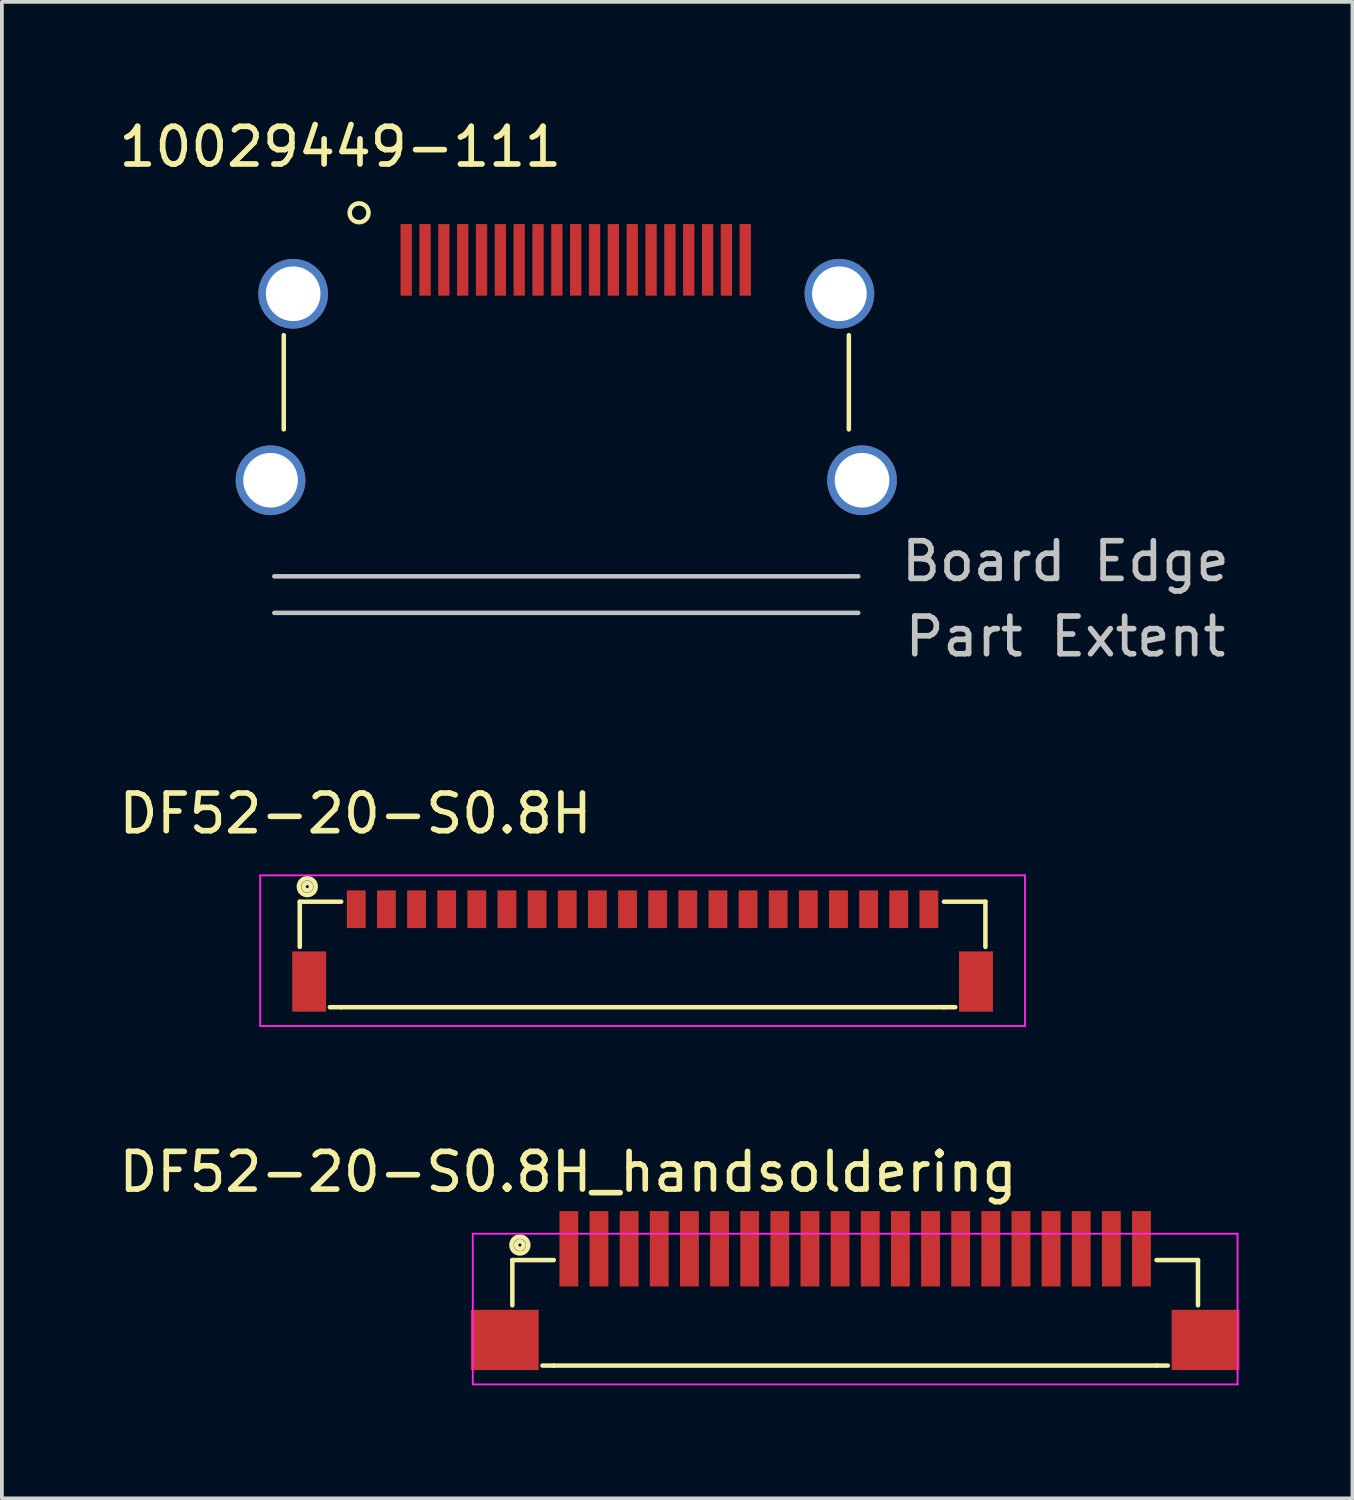
<source format=kicad_pcb>
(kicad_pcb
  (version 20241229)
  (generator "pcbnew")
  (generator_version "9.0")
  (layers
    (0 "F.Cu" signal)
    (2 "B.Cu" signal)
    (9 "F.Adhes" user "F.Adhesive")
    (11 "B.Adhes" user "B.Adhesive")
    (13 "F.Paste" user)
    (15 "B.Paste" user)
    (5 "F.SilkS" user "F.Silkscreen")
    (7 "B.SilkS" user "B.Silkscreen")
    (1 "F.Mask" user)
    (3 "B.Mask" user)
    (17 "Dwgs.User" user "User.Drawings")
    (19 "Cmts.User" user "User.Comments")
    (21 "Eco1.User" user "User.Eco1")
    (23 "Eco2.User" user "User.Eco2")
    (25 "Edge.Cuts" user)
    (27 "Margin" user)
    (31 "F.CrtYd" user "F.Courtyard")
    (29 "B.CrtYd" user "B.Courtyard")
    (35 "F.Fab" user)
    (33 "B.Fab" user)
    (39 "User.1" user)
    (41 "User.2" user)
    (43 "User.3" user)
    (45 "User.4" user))
  (footprint "DF52-20-S0.8H"
    (layer "F.Cu")
    (at 14.007 21.085)
    (property "Reference" "DF52-20-S0.8H" (at -7.62 -2.54 0) (layer "F.SilkS") (effects (font (size 1 1) (thickness 0.15))))
    (attr smd)
    (fp_line (start -9.1 -0.2) (end -9.1 1) (stroke (width 0.12) (type solid)) (layer "F.SilkS"))
    (fp_line (start -8.3 2.6) (end -8 2.6) (stroke (width 0.12) (type solid)) (layer "F.SilkS"))
    (fp_line (start -8 -0.2) (end -9.1 -0.2) (stroke (width 0.12) (type solid)) (layer "F.SilkS"))
    (fp_line (start -8 2.6) (end 8 2.6) (stroke (width 0.12) (type solid)) (layer "F.SilkS"))
    (fp_line (start 8 -0.2) (end 9.1 -0.2) (stroke (width 0.12) (type solid)) (layer "F.SilkS"))
    (fp_line (start 8.3 2.6) (end 8 2.6) (stroke (width 0.12) (type solid)) (layer "F.SilkS"))
    (fp_line (start 9.1 -0.2) (end 9.1 1) (stroke (width 0.12) (type solid)) (layer "F.SilkS"))
    (fp_circle (center -8.9 -0.6) (end -8.9 -0.5) (stroke (width 0.12) (type solid)) (fill no) (layer "F.SilkS"))
    (fp_circle (center -8.9 -0.6) (end -8.7 -0.5) (stroke (width 0.12) (type solid)) (fill no) (layer "F.SilkS"))
    (fp_line (start -10.15 -0.9) (end -10.15 3.1) (stroke (width 0.05) (type solid)) (layer "F.CrtYd"))
    (fp_line (start -10.15 -0.9) (end 10.15 -0.9) (stroke (width 0.05) (type solid)) (layer "F.CrtYd"))
    (fp_line (start -10.15 3.1) (end 10.15 3.1) (stroke (width 0.05) (type solid)) (layer "F.CrtYd"))
    (fp_line (start 10.15 -0.9) (end 10.15 3.1) (stroke (width 0.05) (type solid)) (layer "F.CrtYd"))
    (pad "0" smd rect (at -8.85 1.92) (size 0.9 1.6) (layers "F.Cu" "F.Mask" "F.Paste"))
    (pad "0" smd rect (at 8.85 1.92) (size 0.9 1.6) (layers "F.Cu" "F.Mask" "F.Paste"))
    (pad "1" smd rect (at -7.6 0) (size 0.5 1) (layers "F.Cu" "F.Mask" "F.Paste"))
    (pad "2" smd rect (at -6.8 0) (size 0.5 1) (layers "F.Cu" "F.Mask" "F.Paste"))
    (pad "3" smd rect (at -6 0) (size 0.5 1) (layers "F.Cu" "F.Mask" "F.Paste"))
    (pad "4" smd rect (at -5.2 0) (size 0.5 1) (layers "F.Cu" "F.Mask" "F.Paste"))
    (pad "5" smd rect (at -4.4 0) (size 0.5 1) (layers "F.Cu" "F.Mask" "F.Paste"))
    (pad "6" smd rect (at -3.6 0) (size 0.5 1) (layers "F.Cu" "F.Mask" "F.Paste"))
    (pad "7" smd rect (at -2.8 0) (size 0.5 1) (layers "F.Cu" "F.Mask" "F.Paste"))
    (pad "8" smd rect (at -2 0) (size 0.5 1) (layers "F.Cu" "F.Mask" "F.Paste"))
    (pad "9" smd rect (at -1.2 0) (size 0.5 1) (layers "F.Cu" "F.Mask" "F.Paste"))
    (pad "10" smd rect (at -0.4 0) (size 0.5 1) (layers "F.Cu" "F.Mask" "F.Paste"))
    (pad "11" smd rect (at 0.4 0) (size 0.5 1) (layers "F.Cu" "F.Mask" "F.Paste"))
    (pad "12" smd rect (at 1.2 0) (size 0.5 1) (layers "F.Cu" "F.Mask" "F.Paste"))
    (pad "13" smd rect (at 2 0) (size 0.5 1) (layers "F.Cu" "F.Mask" "F.Paste"))
    (pad "14" smd rect (at 2.8 0) (size 0.5 1) (layers "F.Cu" "F.Mask" "F.Paste"))
    (pad "15" smd rect (at 3.6 0) (size 0.5 1) (layers "F.Cu" "F.Mask" "F.Paste"))
    (pad "16" smd rect (at 4.4 0) (size 0.5 1) (layers "F.Cu" "F.Mask" "F.Paste"))
    (pad "17" smd rect (at 5.2 0) (size 0.5 1) (layers "F.Cu" "F.Mask" "F.Paste"))
    (pad "18" smd rect (at 6 0) (size 0.5 1) (layers "F.Cu" "F.Mask" "F.Paste"))
    (pad "19" smd rect (at 6.8 0) (size 0.5 1) (layers "F.Cu" "F.Mask" "F.Paste"))
    (pad "20" smd rect (at 7.6 0) (size 0.5 1) (layers "F.Cu" "F.Mask" "F.Paste")))
  (footprint "DF52-20-S0.8H_handsoldering"
    (layer "F.Cu")
    (at 19.65 30.598)
    (property "Reference" "DF52-20-S0.8H_handsoldering" (at -7.62 -2.54 0) (layer "F.SilkS") (effects (font (size 1 1) (thickness 0.15))))
    (attr smd)
    (fp_line (start -9.1 -0.2) (end -9.1 1) (stroke (width 0.12) (type solid)) (layer "F.SilkS"))
    (fp_line (start -8.3 2.6) (end -8 2.6) (stroke (width 0.12) (type solid)) (layer "F.SilkS"))
    (fp_line (start -8 -0.2) (end -9.1 -0.2) (stroke (width 0.12) (type solid)) (layer "F.SilkS"))
    (fp_line (start -8 2.6) (end 8 2.6) (stroke (width 0.12) (type solid)) (layer "F.SilkS"))
    (fp_line (start 8 -0.2) (end 9.1 -0.2) (stroke (width 0.12) (type solid)) (layer "F.SilkS"))
    (fp_line (start 8.3 2.6) (end 8 2.6) (stroke (width 0.12) (type solid)) (layer "F.SilkS"))
    (fp_line (start 9.1 -0.2) (end 9.1 1) (stroke (width 0.12) (type solid)) (layer "F.SilkS"))
    (fp_circle (center -8.9 -0.6) (end -8.9 -0.5) (stroke (width 0.12) (type solid)) (fill no) (layer "F.SilkS"))
    (fp_circle (center -8.9 -0.6) (end -8.7 -0.5) (stroke (width 0.12) (type solid)) (fill no) (layer "F.SilkS"))
    (fp_line (start -10.15 -0.9) (end -10.15 3.1) (stroke (width 0.05) (type solid)) (layer "F.CrtYd"))
    (fp_line (start -10.15 -0.9) (end 10.15 -0.9) (stroke (width 0.05) (type solid)) (layer "F.CrtYd"))
    (fp_line (start -10.15 3.1) (end 10.15 3.1) (stroke (width 0.05) (type solid)) (layer "F.CrtYd"))
    (fp_line (start 10.15 -0.9) (end 10.15 3.1) (stroke (width 0.05) (type solid)) (layer "F.CrtYd"))
    (pad "0" smd rect (at -9.3 1.92) (size 1.8 1.6) (layers "F.Cu" "F.Mask" "F.Paste"))
    (pad "0" smd rect (at 9.3 1.92) (size 1.8 1.6) (layers "F.Cu" "F.Mask" "F.Paste"))
    (pad "1" smd rect (at -7.6 -0.5) (size 0.5 2) (layers "F.Cu" "F.Mask" "F.Paste"))
    (pad "2" smd rect (at -6.8 -0.5) (size 0.5 2) (layers "F.Cu" "F.Mask" "F.Paste"))
    (pad "3" smd rect (at -6 -0.5) (size 0.5 2) (layers "F.Cu" "F.Mask" "F.Paste"))
    (pad "4" smd rect (at -5.2 -0.5) (size 0.5 2) (layers "F.Cu" "F.Mask" "F.Paste"))
    (pad "5" smd rect (at -4.4 -0.5) (size 0.5 2) (layers "F.Cu" "F.Mask" "F.Paste"))
    (pad "6" smd rect (at -3.6 -0.5) (size 0.5 2) (layers "F.Cu" "F.Mask" "F.Paste"))
    (pad "7" smd rect (at -2.8 -0.5) (size 0.5 2) (layers "F.Cu" "F.Mask" "F.Paste"))
    (pad "8" smd rect (at -2 -0.5) (size 0.5 2) (layers "F.Cu" "F.Mask" "F.Paste"))
    (pad "9" smd rect (at -1.2 -0.5) (size 0.5 2) (layers "F.Cu" "F.Mask" "F.Paste"))
    (pad "10" smd rect (at -0.4 -0.5) (size 0.5 2) (layers "F.Cu" "F.Mask" "F.Paste"))
    (pad "11" smd rect (at 0.4 -0.5) (size 0.5 2) (layers "F.Cu" "F.Mask" "F.Paste"))
    (pad "12" smd rect (at 1.2 -0.5) (size 0.5 2) (layers "F.Cu" "F.Mask" "F.Paste"))
    (pad "13" smd rect (at 2 -0.5) (size 0.5 2) (layers "F.Cu" "F.Mask" "F.Paste"))
    (pad "14" smd rect (at 2.8 -0.5) (size 0.5 2) (layers "F.Cu" "F.Mask" "F.Paste"))
    (pad "15" smd rect (at 3.6 -0.5) (size 0.5 2) (layers "F.Cu" "F.Mask" "F.Paste"))
    (pad "16" smd rect (at 4.4 -0.5) (size 0.5 2) (layers "F.Cu" "F.Mask" "F.Paste"))
    (pad "17" smd rect (at 5.2 -0.5) (size 0.5 2) (layers "F.Cu" "F.Mask" "F.Paste"))
    (pad "18" smd rect (at 6 -0.5) (size 0.5 2) (layers "F.Cu" "F.Mask" "F.Paste"))
    (pad "19" smd rect (at 6.8 -0.5) (size 0.5 2) (layers "F.Cu" "F.Mask" "F.Paste"))
    (pad "20" smd rect (at 7.6 -0.5) (size 0.5 2) (layers "F.Cu" "F.Mask" "F.Paste")))
  (footprint "10029449-111"
    (layer "F.Cu")
    (at 11.982 3.848)
    (property "Reference" "10029449-111" (at -6 -3 0) (layer "F.SilkS") (effects (font (size 1 1) (thickness 0.15))))
    (attr through_hole)
    (fp_line (start -7.5 2) (end -7.5 4.5) (stroke (width 0.12) (type solid)) (layer "F.SilkS"))
    (fp_line (start 7.5 2) (end 7.5 4.5) (stroke (width 0.12) (type solid)) (layer "F.SilkS"))
    (fp_circle (center -5.5 -1.25) (end -5.25 -1.25) (stroke (width 0.12) (type solid)) (fill no) (layer "F.SilkS"))
    (fp_line (start -7.75 8.4) (end 7.75 8.4) (stroke (width 0.12) (type solid)) (layer "Dwgs.User"))
    (fp_line (start -7.75 9.37) (end 7.75 9.37) (stroke (width 0.12) (type solid)) (layer "Dwgs.User"))
    (fp_text user "Board Edge" (at 13.25 8 0) (layer "Dwgs.User") (effects (font (size 1 1) (thickness 0.15))))
    (fp_text user "Part Extent" (at 13.25 10 0) (layer "Dwgs.User") (effects (font (size 1 1) (thickness 0.15))))
    (pad "1" smd rect (at 4.75 0) (size 0.3 1.9) (layers "F.Cu" "F.Mask" "F.Paste"))
    (pad "2" smd rect (at 4.25 0) (size 0.3 1.9) (layers "F.Cu" "F.Mask" "F.Paste"))
    (pad "3" smd rect (at 3.75 0) (size 0.3 1.9) (layers "F.Cu" "F.Mask" "F.Paste"))
    (pad "4" smd rect (at 3.25 0) (size 0.3 1.9) (layers "F.Cu" "F.Mask" "F.Paste"))
    (pad "5" smd rect (at 2.75 0) (size 0.3 1.9) (layers "F.Cu" "F.Mask" "F.Paste"))
    (pad "6" smd rect (at 2.25 0) (size 0.3 1.9) (layers "F.Cu" "F.Mask" "F.Paste"))
    (pad "7" smd rect (at 1.75 0) (size 0.3 1.9) (layers "F.Cu" "F.Mask" "F.Paste"))
    (pad "8" smd rect (at 1.25 0) (size 0.3 1.9) (layers "F.Cu" "F.Mask" "F.Paste"))
    (pad "9" smd rect (at 0.75 0) (size 0.3 1.9) (layers "F.Cu" "F.Mask" "F.Paste"))
    (pad "10" smd rect (at 0.25 0) (size 0.3 1.9) (layers "F.Cu" "F.Mask" "F.Paste"))
    (pad "11" smd rect (at -0.25 0) (size 0.3 1.9) (layers "F.Cu" "F.Mask" "F.Paste"))
    (pad "12" smd rect (at -0.75 0) (size 0.3 1.9) (layers "F.Cu" "F.Mask" "F.Paste"))
    (pad "13" smd rect (at -1.25 0) (size 0.3 1.9) (layers "F.Cu" "F.Mask" "F.Paste"))
    (pad "14" smd rect (at -1.75 0) (size 0.3 1.9) (layers "F.Cu" "F.Mask" "F.Paste"))
    (pad "15" smd rect (at -2.25 0) (size 0.3 1.9) (layers "F.Cu" "F.Mask" "F.Paste"))
    (pad "16" smd rect (at -2.75 0) (size 0.3 1.9) (layers "F.Cu" "F.Mask" "F.Paste"))
    (pad "17" smd rect (at -3.25 0) (size 0.3 1.9) (layers "F.Cu" "F.Mask" "F.Paste"))
    (pad "18" smd rect (at -3.75 0) (size 0.3 1.9) (layers "F.Cu" "F.Mask" "F.Paste"))
    (pad "19" smd rect (at -4.25 0) (size 0.3 1.9) (layers "F.Cu" "F.Mask" "F.Paste"))
    (pad "SH" thru_hole circle (at -7.85 5.85) (size 1.85 1.85) (drill 1.45) (layers "*.Cu" "*.Mask"))
    (pad "SH" thru_hole circle (at -7.25 0.9) (size 1.85 1.85) (drill 1.45) (layers "*.Cu" "*.Mask"))
    (pad "SH" thru_hole circle (at 7.25 0.9) (size 1.85 1.85) (drill 1.45) (layers "*.Cu" "*.Mask"))
    (pad "SH" thru_hole circle (at 7.85 5.85) (size 1.85 1.85) (drill 1.45) (layers "*.Cu" "*.Mask")))
  (gr_rect
    (start -3 -3)
    (end 32.85 36.723)
    (stroke (width 0.1) (type default))
    (fill no)
    (layer "Edge.Cuts")))
</source>
